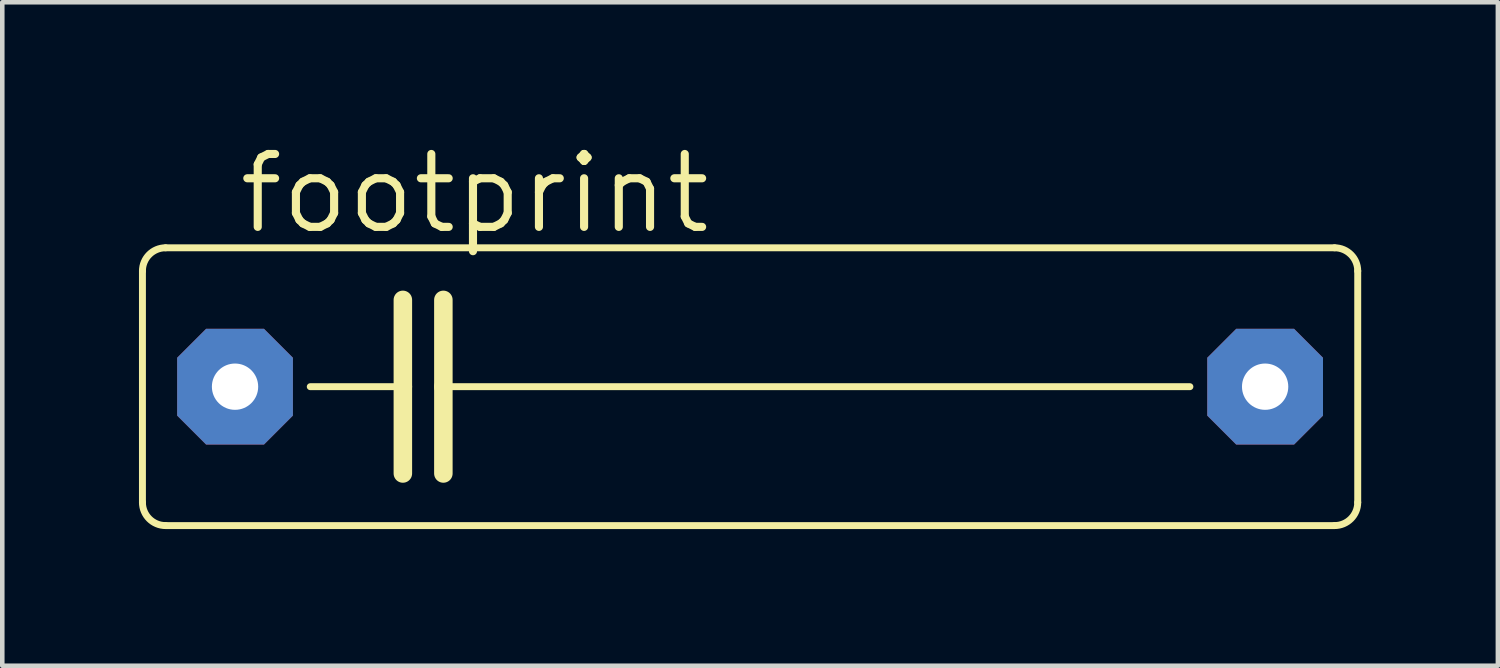
<source format=kicad_pcb>
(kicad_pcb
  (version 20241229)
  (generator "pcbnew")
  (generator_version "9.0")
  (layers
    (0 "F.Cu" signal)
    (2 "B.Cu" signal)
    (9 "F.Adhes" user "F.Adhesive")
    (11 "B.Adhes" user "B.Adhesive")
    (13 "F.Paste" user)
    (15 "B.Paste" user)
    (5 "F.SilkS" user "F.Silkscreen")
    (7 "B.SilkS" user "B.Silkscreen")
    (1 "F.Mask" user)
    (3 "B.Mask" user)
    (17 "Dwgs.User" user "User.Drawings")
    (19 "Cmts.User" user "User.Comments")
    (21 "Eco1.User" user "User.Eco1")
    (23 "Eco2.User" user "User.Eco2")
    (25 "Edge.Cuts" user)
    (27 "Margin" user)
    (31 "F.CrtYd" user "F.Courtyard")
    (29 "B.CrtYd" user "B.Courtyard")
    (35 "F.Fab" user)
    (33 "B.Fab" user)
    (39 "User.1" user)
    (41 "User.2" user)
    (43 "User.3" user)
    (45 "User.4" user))
  (footprint "footprint"
    (layer "F.Cu")
    (at 13.411 5.436)
    (property "Reference" "footprint" (at -11.303 -3.302 0) (layer "F.SilkS") (effects (font (size 1.6 1.6) (thickness 0.178)) (justify left bottom)))
    (fp_line (start -13.335 2.54) (end -13.335 -2.54) (stroke (width 0.152) (type solid)) (layer "F.SilkS"))
    (fp_line (start -12.827 -3.048) (end 12.827 -3.048) (stroke (width 0.152) (type solid)) (layer "F.SilkS"))
    (fp_line (start -9.652 0) (end -7.62 0) (stroke (width 0.152) (type solid)) (layer "F.SilkS"))
    (fp_line (start -7.62 -1.905) (end -7.62 0) (stroke (width 0.406) (type solid)) (layer "F.SilkS"))
    (fp_line (start -7.62 0) (end -7.62 1.905) (stroke (width 0.406) (type solid)) (layer "F.SilkS"))
    (fp_line (start -6.731 -1.905) (end -6.731 0) (stroke (width 0.406) (type solid)) (layer "F.SilkS"))
    (fp_line (start -6.731 0) (end -6.731 1.905) (stroke (width 0.406) (type solid)) (layer "F.SilkS"))
    (fp_line (start -6.731 0) (end 9.652 0) (stroke (width 0.152) (type solid)) (layer "F.SilkS"))
    (fp_line (start 12.827 3.048) (end -12.827 3.048) (stroke (width 0.152) (type solid)) (layer "F.SilkS"))
    (fp_line (start 13.335 -2.54) (end 13.335 2.54) (stroke (width 0.152) (type solid)) (layer "F.SilkS"))
    (fp_arc (start -13.335 -2.54) (mid -13.18621 -2.89921) (end -12.827 -3.048) (stroke (width 0.1524) (type solid)) (layer "F.SilkS"))
    (fp_arc (start -12.827 3.048) (mid -13.18621 2.89921) (end -13.335 2.54) (stroke (width 0.1524) (type solid)) (layer "F.SilkS"))
    (fp_arc (start 12.827 -3.048) (mid 13.18621 -2.89921) (end 13.335 -2.54) (stroke (width 0.1524) (type solid)) (layer "F.SilkS"))
    (fp_arc (start 13.335 2.54) (mid 13.18621 2.89921) (end 12.827 3.048) (stroke (width 0.1524) (type solid)) (layer "F.SilkS"))
    (pad "1" thru_hole roundrect (at -11.303 0) (size 2.54 2.54) (drill 1.016) (layers "*.Cu" "*.Mask") (roundrect_rratio 0.25) (chamfer_ratio 0.25) (chamfer top_left top_right bottom_left bottom_right))
    (pad "2" thru_hole roundrect (at 11.303 0) (size 2.54 2.54) (drill 1.016) (layers "*.Cu" "*.Mask") (roundrect_rratio 0.25) (chamfer_ratio 0.25) (chamfer top_left top_right bottom_left bottom_right)))
  (gr_rect
    (start -3 -3)
    (end 29.822 11.56)
    (stroke (width 0.1) (type default))
    (fill no)
    (layer "Edge.Cuts")))
</source>
